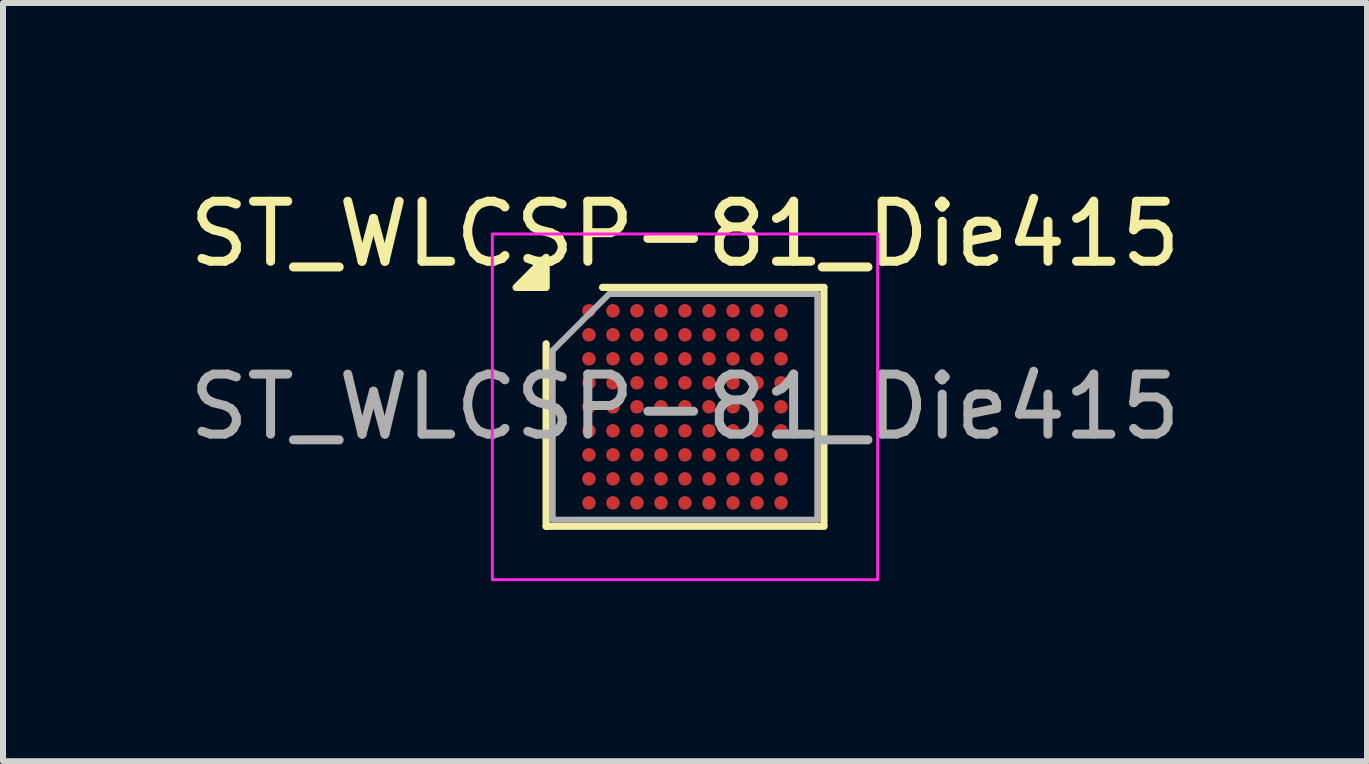
<source format=kicad_pcb>
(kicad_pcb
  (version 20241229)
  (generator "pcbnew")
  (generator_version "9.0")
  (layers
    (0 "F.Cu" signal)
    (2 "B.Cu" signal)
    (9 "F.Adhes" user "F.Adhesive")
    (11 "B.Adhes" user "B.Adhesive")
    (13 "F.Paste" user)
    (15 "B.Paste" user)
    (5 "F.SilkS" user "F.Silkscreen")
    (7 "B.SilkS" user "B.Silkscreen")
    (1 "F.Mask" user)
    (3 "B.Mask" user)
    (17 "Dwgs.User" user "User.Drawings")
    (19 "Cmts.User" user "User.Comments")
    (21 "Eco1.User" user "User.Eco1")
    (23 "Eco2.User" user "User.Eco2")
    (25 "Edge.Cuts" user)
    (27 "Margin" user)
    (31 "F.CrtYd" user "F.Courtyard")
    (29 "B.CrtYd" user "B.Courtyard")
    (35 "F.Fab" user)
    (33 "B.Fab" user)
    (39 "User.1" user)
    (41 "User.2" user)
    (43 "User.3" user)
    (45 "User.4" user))
  (footprint "ST_WLCSP-81_Die415"
    (layer "F.Cu")
    (at 8.363 3.728)
    (property "Reference" "ST_WLCSP-81_Die415" (at 0 -2.88 0) (layer "F.SilkS") (effects (font (size 1 1) (thickness 0.15))))
    (attr smd)
    (fp_line (start -2.314 1.99) (end -2.314 -1.05) (stroke (width 0.12) (type solid)) (layer "F.SilkS"))
    (fp_line (start -1.374 -1.99) (end 2.314 -1.99) (stroke (width 0.12) (type solid)) (layer "F.SilkS"))
    (fp_line (start 2.314 -1.99) (end 2.314 1.99) (stroke (width 0.12) (type solid)) (layer "F.SilkS"))
    (fp_line (start 2.314 1.99) (end -2.314 1.99) (stroke (width 0.12) (type solid)) (layer "F.SilkS"))
    (fp_poly (pts (xy -2.314 -1.99) (xy -2.814 -1.99) (xy -2.314 -2.49)) (stroke (width 0.12) (type solid)) (fill yes) (layer "F.SilkS"))
    (fp_rect (start -3.21 -2.88) (end 3.21 2.88) (stroke (width 0.05) (type solid)) (fill no) (layer "F.CrtYd"))
    (fp_line (start -2.204 -0.94) (end -1.264 -1.88) (stroke (width 0.1) (type solid)) (layer "F.Fab"))
    (fp_line (start -2.204 1.88) (end -2.204 -0.94) (stroke (width 0.1) (type solid)) (layer "F.Fab"))
    (fp_line (start -1.264 -1.88) (end 2.204 -1.88) (stroke (width 0.1) (type solid)) (layer "F.Fab"))
    (fp_line (start 2.204 -1.88) (end 2.204 1.88) (stroke (width 0.1) (type solid)) (layer "F.Fab"))
    (fp_line (start 2.204 1.88) (end -2.204 1.88) (stroke (width 0.1) (type solid)) (layer "F.Fab"))
    (fp_text user "${REFERENCE}" (at 0 0 0) (layer "F.Fab") (effects (font (size 1 1) (thickness 0.15))))
    (pad "A1" smd circle (at -1.6 -1.6) (size 0.225 0.225) (property pad_prop_bga) (layers "F.Cu" "F.Mask" "F.Paste"))
    (pad "A2" smd circle (at -1.2 -1.6) (size 0.225 0.225) (property pad_prop_bga) (layers "F.Cu" "F.Mask" "F.Paste"))
    (pad "A3" smd circle (at -0.8 -1.6) (size 0.225 0.225) (property pad_prop_bga) (layers "F.Cu" "F.Mask" "F.Paste"))
    (pad "A4" smd circle (at -0.4 -1.6) (size 0.225 0.225) (property pad_prop_bga) (layers "F.Cu" "F.Mask" "F.Paste"))
    (pad "A5" smd circle (at 0 -1.6) (size 0.225 0.225) (property pad_prop_bga) (layers "F.Cu" "F.Mask" "F.Paste"))
    (pad "A6" smd circle (at 0.4 -1.6) (size 0.225 0.225) (property pad_prop_bga) (layers "F.Cu" "F.Mask" "F.Paste"))
    (pad "A7" smd circle (at 0.8 -1.6) (size 0.225 0.225) (property pad_prop_bga) (layers "F.Cu" "F.Mask" "F.Paste"))
    (pad "A8" smd circle (at 1.2 -1.6) (size 0.225 0.225) (property pad_prop_bga) (layers "F.Cu" "F.Mask" "F.Paste"))
    (pad "A9" smd circle (at 1.6 -1.6) (size 0.225 0.225) (property pad_prop_bga) (layers "F.Cu" "F.Mask" "F.Paste"))
    (pad "B1" smd circle (at -1.6 -1.2) (size 0.225 0.225) (property pad_prop_bga) (layers "F.Cu" "F.Mask" "F.Paste"))
    (pad "B2" smd circle (at -1.2 -1.2) (size 0.225 0.225) (property pad_prop_bga) (layers "F.Cu" "F.Mask" "F.Paste"))
    (pad "B3" smd circle (at -0.8 -1.2) (size 0.225 0.225) (property pad_prop_bga) (layers "F.Cu" "F.Mask" "F.Paste"))
    (pad "B4" smd circle (at -0.4 -1.2) (size 0.225 0.225) (property pad_prop_bga) (layers "F.Cu" "F.Mask" "F.Paste"))
    (pad "B5" smd circle (at 0 -1.2) (size 0.225 0.225) (property pad_prop_bga) (layers "F.Cu" "F.Mask" "F.Paste"))
    (pad "B6" smd circle (at 0.4 -1.2) (size 0.225 0.225) (property pad_prop_bga) (layers "F.Cu" "F.Mask" "F.Paste"))
    (pad "B7" smd circle (at 0.8 -1.2) (size 0.225 0.225) (property pad_prop_bga) (layers "F.Cu" "F.Mask" "F.Paste"))
    (pad "B8" smd circle (at 1.2 -1.2) (size 0.225 0.225) (property pad_prop_bga) (layers "F.Cu" "F.Mask" "F.Paste"))
    (pad "B9" smd circle (at 1.6 -1.2) (size 0.225 0.225) (property pad_prop_bga) (layers "F.Cu" "F.Mask" "F.Paste"))
    (pad "C1" smd circle (at -1.6 -0.8) (size 0.225 0.225) (property pad_prop_bga) (layers "F.Cu" "F.Mask" "F.Paste"))
    (pad "C2" smd circle (at -1.2 -0.8) (size 0.225 0.225) (property pad_prop_bga) (layers "F.Cu" "F.Mask" "F.Paste"))
    (pad "C3" smd circle (at -0.8 -0.8) (size 0.225 0.225) (property pad_prop_bga) (layers "F.Cu" "F.Mask" "F.Paste"))
    (pad "C4" smd circle (at -0.4 -0.8) (size 0.225 0.225) (property pad_prop_bga) (layers "F.Cu" "F.Mask" "F.Paste"))
    (pad "C5" smd circle (at 0 -0.8) (size 0.225 0.225) (property pad_prop_bga) (layers "F.Cu" "F.Mask" "F.Paste"))
    (pad "C6" smd circle (at 0.4 -0.8) (size 0.225 0.225) (property pad_prop_bga) (layers "F.Cu" "F.Mask" "F.Paste"))
    (pad "C7" smd circle (at 0.8 -0.8) (size 0.225 0.225) (property pad_prop_bga) (layers "F.Cu" "F.Mask" "F.Paste"))
    (pad "C8" smd circle (at 1.2 -0.8) (size 0.225 0.225) (property pad_prop_bga) (layers "F.Cu" "F.Mask" "F.Paste"))
    (pad "C9" smd circle (at 1.6 -0.8) (size 0.225 0.225) (property pad_prop_bga) (layers "F.Cu" "F.Mask" "F.Paste"))
    (pad "D1" smd circle (at -1.6 -0.4) (size 0.225 0.225) (property pad_prop_bga) (layers "F.Cu" "F.Mask" "F.Paste"))
    (pad "D2" smd circle (at -1.2 -0.4) (size 0.225 0.225) (property pad_prop_bga) (layers "F.Cu" "F.Mask" "F.Paste"))
    (pad "D3" smd circle (at -0.8 -0.4) (size 0.225 0.225) (property pad_prop_bga) (layers "F.Cu" "F.Mask" "F.Paste"))
    (pad "D4" smd circle (at -0.4 -0.4) (size 0.225 0.225) (property pad_prop_bga) (layers "F.Cu" "F.Mask" "F.Paste"))
    (pad "D5" smd circle (at 0 -0.4) (size 0.225 0.225) (property pad_prop_bga) (layers "F.Cu" "F.Mask" "F.Paste"))
    (pad "D6" smd circle (at 0.4 -0.4) (size 0.225 0.225) (property pad_prop_bga) (layers "F.Cu" "F.Mask" "F.Paste"))
    (pad "D7" smd circle (at 0.8 -0.4) (size 0.225 0.225) (property pad_prop_bga) (layers "F.Cu" "F.Mask" "F.Paste"))
    (pad "D8" smd circle (at 1.2 -0.4) (size 0.225 0.225) (property pad_prop_bga) (layers "F.Cu" "F.Mask" "F.Paste"))
    (pad "D9" smd circle (at 1.6 -0.4) (size 0.225 0.225) (property pad_prop_bga) (layers "F.Cu" "F.Mask" "F.Paste"))
    (pad "E1" smd circle (at -1.6 0) (size 0.225 0.225) (property pad_prop_bga) (layers "F.Cu" "F.Mask" "F.Paste"))
    (pad "E2" smd circle (at -1.2 0) (size 0.225 0.225) (property pad_prop_bga) (layers "F.Cu" "F.Mask" "F.Paste"))
    (pad "E3" smd circle (at -0.8 0) (size 0.225 0.225) (property pad_prop_bga) (layers "F.Cu" "F.Mask" "F.Paste"))
    (pad "E4" smd circle (at -0.4 0) (size 0.225 0.225) (property pad_prop_bga) (layers "F.Cu" "F.Mask" "F.Paste"))
    (pad "E5" smd circle (at 0 0) (size 0.225 0.225) (property pad_prop_bga) (layers "F.Cu" "F.Mask" "F.Paste"))
    (pad "E6" smd circle (at 0.4 0) (size 0.225 0.225) (property pad_prop_bga) (layers "F.Cu" "F.Mask" "F.Paste"))
    (pad "E7" smd circle (at 0.8 0) (size 0.225 0.225) (property pad_prop_bga) (layers "F.Cu" "F.Mask" "F.Paste"))
    (pad "E8" smd circle (at 1.2 0) (size 0.225 0.225) (property pad_prop_bga) (layers "F.Cu" "F.Mask" "F.Paste"))
    (pad "E9" smd circle (at 1.6 0) (size 0.225 0.225) (property pad_prop_bga) (layers "F.Cu" "F.Mask" "F.Paste"))
    (pad "F1" smd circle (at -1.6 0.4) (size 0.225 0.225) (property pad_prop_bga) (layers "F.Cu" "F.Mask" "F.Paste"))
    (pad "F2" smd circle (at -1.2 0.4) (size 0.225 0.225) (property pad_prop_bga) (layers "F.Cu" "F.Mask" "F.Paste"))
    (pad "F3" smd circle (at -0.8 0.4) (size 0.225 0.225) (property pad_prop_bga) (layers "F.Cu" "F.Mask" "F.Paste"))
    (pad "F4" smd circle (at -0.4 0.4) (size 0.225 0.225) (property pad_prop_bga) (layers "F.Cu" "F.Mask" "F.Paste"))
    (pad "F5" smd circle (at 0 0.4) (size 0.225 0.225) (property pad_prop_bga) (layers "F.Cu" "F.Mask" "F.Paste"))
    (pad "F6" smd circle (at 0.4 0.4) (size 0.225 0.225) (property pad_prop_bga) (layers "F.Cu" "F.Mask" "F.Paste"))
    (pad "F7" smd circle (at 0.8 0.4) (size 0.225 0.225) (property pad_prop_bga) (layers "F.Cu" "F.Mask" "F.Paste"))
    (pad "F8" smd circle (at 1.2 0.4) (size 0.225 0.225) (property pad_prop_bga) (layers "F.Cu" "F.Mask" "F.Paste"))
    (pad "F9" smd circle (at 1.6 0.4) (size 0.225 0.225) (property pad_prop_bga) (layers "F.Cu" "F.Mask" "F.Paste"))
    (pad "G1" smd circle (at -1.6 0.8) (size 0.225 0.225) (property pad_prop_bga) (layers "F.Cu" "F.Mask" "F.Paste"))
    (pad "G2" smd circle (at -1.2 0.8) (size 0.225 0.225) (property pad_prop_bga) (layers "F.Cu" "F.Mask" "F.Paste"))
    (pad "G3" smd circle (at -0.8 0.8) (size 0.225 0.225) (property pad_prop_bga) (layers "F.Cu" "F.Mask" "F.Paste"))
    (pad "G4" smd circle (at -0.4 0.8) (size 0.225 0.225) (property pad_prop_bga) (layers "F.Cu" "F.Mask" "F.Paste"))
    (pad "G5" smd circle (at 0 0.8) (size 0.225 0.225) (property pad_prop_bga) (layers "F.Cu" "F.Mask" "F.Paste"))
    (pad "G6" smd circle (at 0.4 0.8) (size 0.225 0.225) (property pad_prop_bga) (layers "F.Cu" "F.Mask" "F.Paste"))
    (pad "G7" smd circle (at 0.8 0.8) (size 0.225 0.225) (property pad_prop_bga) (layers "F.Cu" "F.Mask" "F.Paste"))
    (pad "G8" smd circle (at 1.2 0.8) (size 0.225 0.225) (property pad_prop_bga) (layers "F.Cu" "F.Mask" "F.Paste"))
    (pad "G9" smd circle (at 1.6 0.8) (size 0.225 0.225) (property pad_prop_bga) (layers "F.Cu" "F.Mask" "F.Paste"))
    (pad "H1" smd circle (at -1.6 1.2) (size 0.225 0.225) (property pad_prop_bga) (layers "F.Cu" "F.Mask" "F.Paste"))
    (pad "H2" smd circle (at -1.2 1.2) (size 0.225 0.225) (property pad_prop_bga) (layers "F.Cu" "F.Mask" "F.Paste"))
    (pad "H3" smd circle (at -0.8 1.2) (size 0.225 0.225) (property pad_prop_bga) (layers "F.Cu" "F.Mask" "F.Paste"))
    (pad "H4" smd circle (at -0.4 1.2) (size 0.225 0.225) (property pad_prop_bga) (layers "F.Cu" "F.Mask" "F.Paste"))
    (pad "H5" smd circle (at 0 1.2) (size 0.225 0.225) (property pad_prop_bga) (layers "F.Cu" "F.Mask" "F.Paste"))
    (pad "H6" smd circle (at 0.4 1.2) (size 0.225 0.225) (property pad_prop_bga) (layers "F.Cu" "F.Mask" "F.Paste"))
    (pad "H7" smd circle (at 0.8 1.2) (size 0.225 0.225) (property pad_prop_bga) (layers "F.Cu" "F.Mask" "F.Paste"))
    (pad "H8" smd circle (at 1.2 1.2) (size 0.225 0.225) (property pad_prop_bga) (layers "F.Cu" "F.Mask" "F.Paste"))
    (pad "H9" smd circle (at 1.6 1.2) (size 0.225 0.225) (property pad_prop_bga) (layers "F.Cu" "F.Mask" "F.Paste"))
    (pad "J1" smd circle (at -1.6 1.6) (size 0.225 0.225) (property pad_prop_bga) (layers "F.Cu" "F.Mask" "F.Paste"))
    (pad "J2" smd circle (at -1.2 1.6) (size 0.225 0.225) (property pad_prop_bga) (layers "F.Cu" "F.Mask" "F.Paste"))
    (pad "J3" smd circle (at -0.8 1.6) (size 0.225 0.225) (property pad_prop_bga) (layers "F.Cu" "F.Mask" "F.Paste"))
    (pad "J4" smd circle (at -0.4 1.6) (size 0.225 0.225) (property pad_prop_bga) (layers "F.Cu" "F.Mask" "F.Paste"))
    (pad "J5" smd circle (at 0 1.6) (size 0.225 0.225) (property pad_prop_bga) (layers "F.Cu" "F.Mask" "F.Paste"))
    (pad "J6" smd circle (at 0.4 1.6) (size 0.225 0.225) (property pad_prop_bga) (layers "F.Cu" "F.Mask" "F.Paste"))
    (pad "J7" smd circle (at 0.8 1.6) (size 0.225 0.225) (property pad_prop_bga) (layers "F.Cu" "F.Mask" "F.Paste"))
    (pad "J8" smd circle (at 1.2 1.6) (size 0.225 0.225) (property pad_prop_bga) (layers "F.Cu" "F.Mask" "F.Paste"))
    (pad "J9" smd circle (at 1.6 1.6) (size 0.225 0.225) (property pad_prop_bga) (layers "F.Cu" "F.Mask" "F.Paste")))
  (gr_rect
    (start -3 -3)
    (end 19.726 9.633)
    (stroke (width 0.1) (type default))
    (fill no)
    (layer "Edge.Cuts")))
</source>
